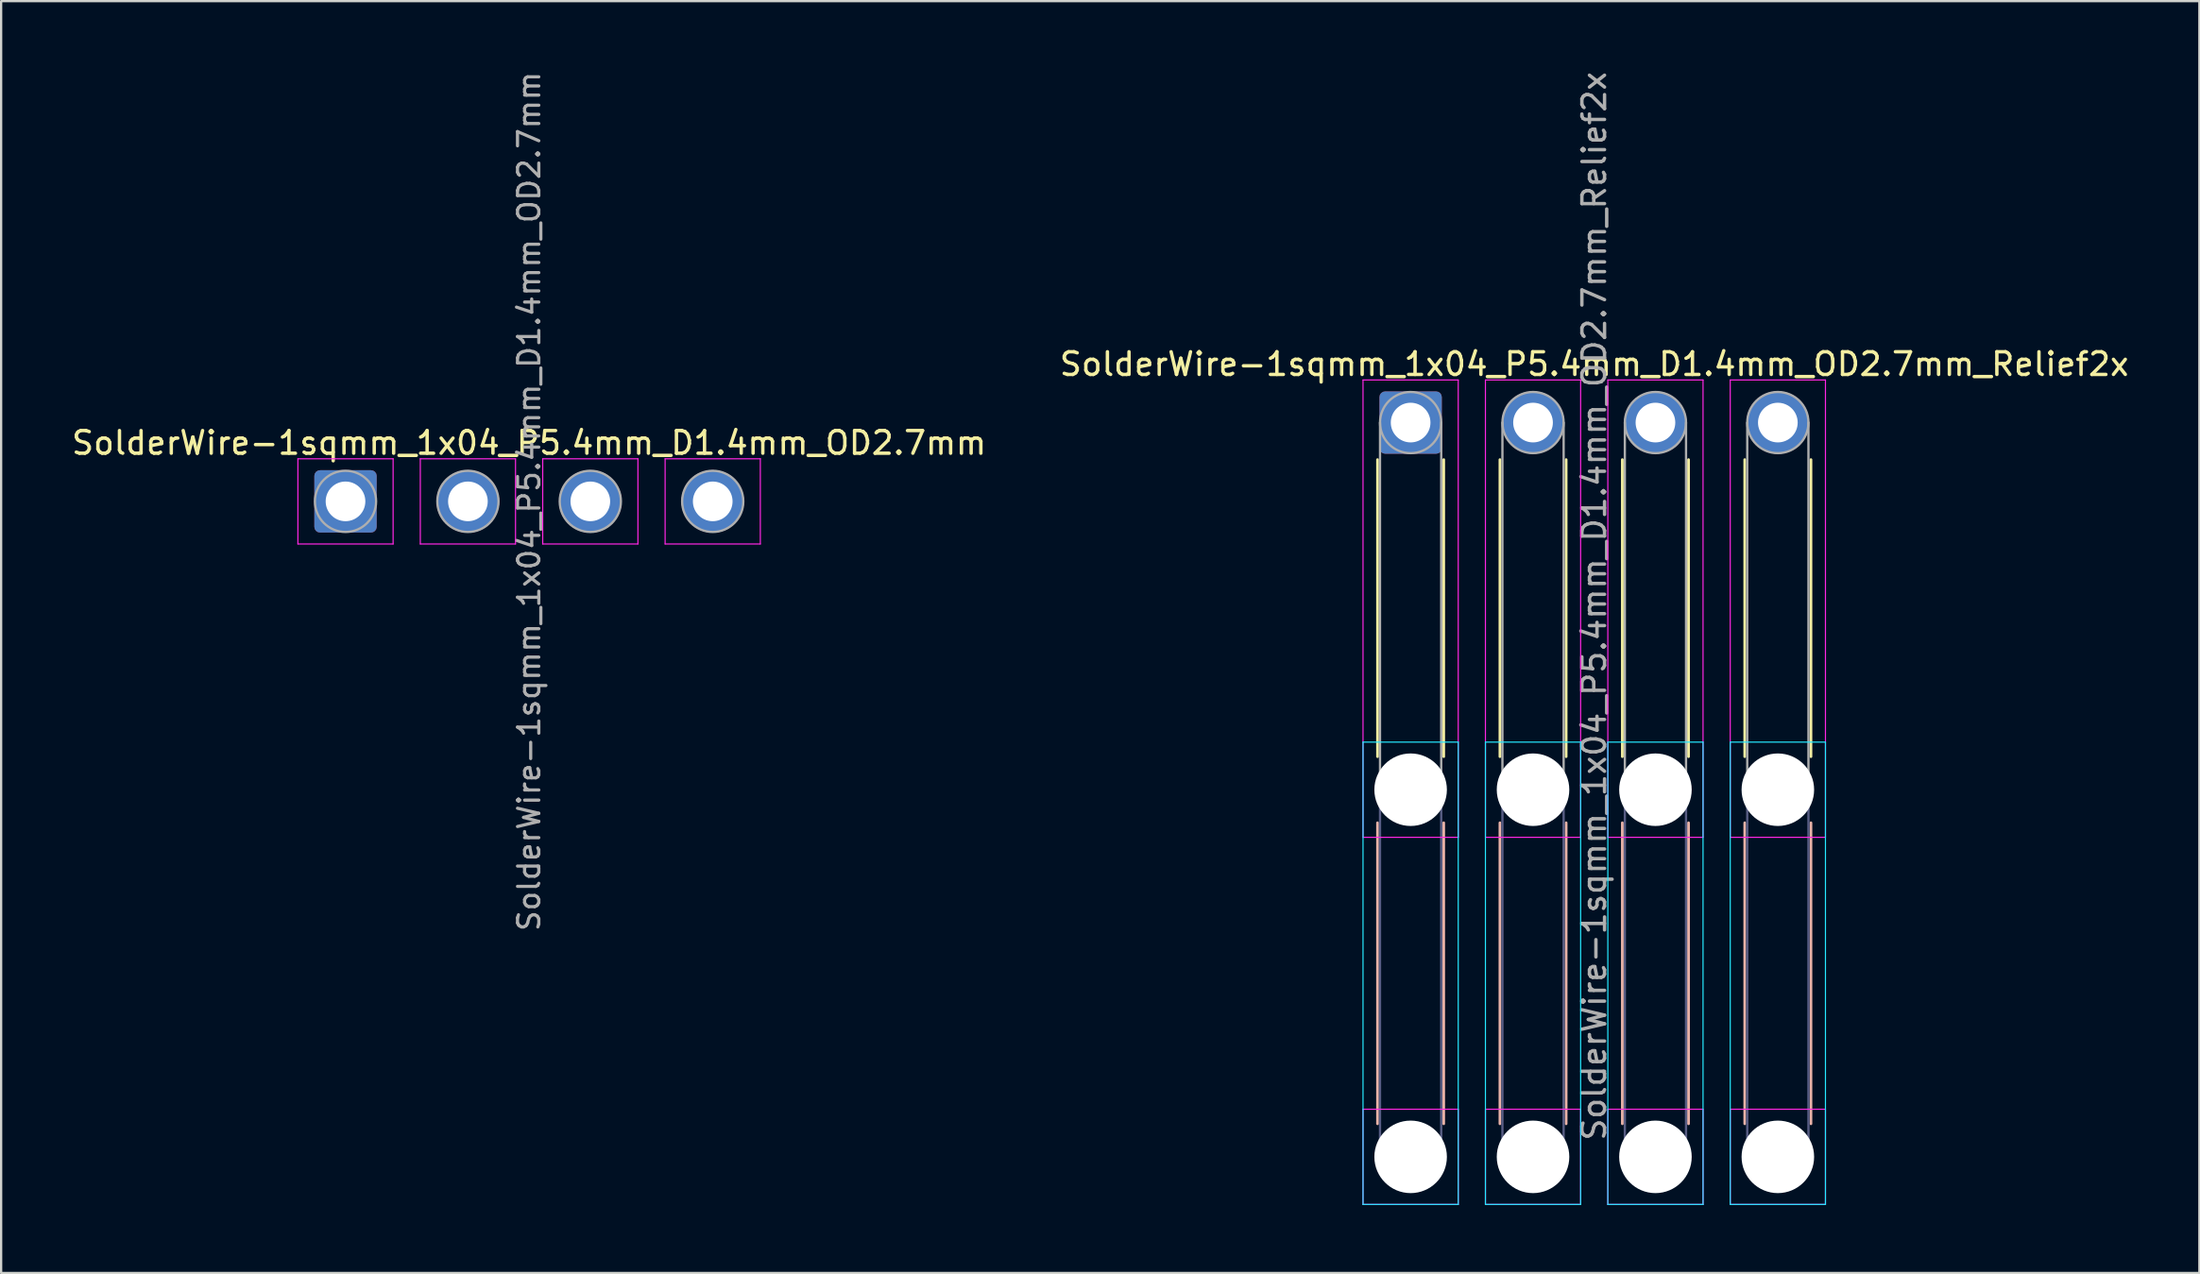
<source format=kicad_pcb>
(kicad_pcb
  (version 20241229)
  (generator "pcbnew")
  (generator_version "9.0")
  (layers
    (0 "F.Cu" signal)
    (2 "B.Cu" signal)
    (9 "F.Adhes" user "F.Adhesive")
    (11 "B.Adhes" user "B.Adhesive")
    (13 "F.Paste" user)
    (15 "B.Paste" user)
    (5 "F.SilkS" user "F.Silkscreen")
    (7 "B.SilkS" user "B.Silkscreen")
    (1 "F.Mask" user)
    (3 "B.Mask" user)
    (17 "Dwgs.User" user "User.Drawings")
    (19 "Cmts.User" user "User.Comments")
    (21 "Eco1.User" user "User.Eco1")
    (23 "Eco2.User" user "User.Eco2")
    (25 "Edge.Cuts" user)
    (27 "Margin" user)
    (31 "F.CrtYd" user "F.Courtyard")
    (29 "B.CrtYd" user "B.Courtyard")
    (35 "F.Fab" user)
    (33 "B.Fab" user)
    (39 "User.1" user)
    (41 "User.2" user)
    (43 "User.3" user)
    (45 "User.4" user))
  (footprint "SolderWire-1sqmm_1x04_P5.4mm_D1.4mm_OD2.7mm_Relief2x"
    (layer "F.Cu")
    (at 59.18 15.596)
    (property "Reference" "SolderWire-1sqmm_1x04_P5.4mm_D1.4mm_OD2.7mm_Relief2x" (at 8.1 -2.58 0) (layer "F.SilkS") (effects (font (size 1 1) (thickness 0.15))))
    (attr exclude_from_pos_files exclude_from_bom)
    (fp_line (start -1.46 1.635) (end -1.46 14.74) (stroke (width 0.12) (type solid)) (layer "F.SilkS"))
    (fp_line (start 1.46 1.635) (end 1.46 14.74) (stroke (width 0.12) (type solid)) (layer "F.SilkS"))
    (fp_line (start 3.94 1.635) (end 3.94 14.74) (stroke (width 0.12) (type solid)) (layer "F.SilkS"))
    (fp_line (start 6.86 1.635) (end 6.86 14.74) (stroke (width 0.12) (type solid)) (layer "F.SilkS"))
    (fp_line (start 9.34 1.635) (end 9.34 14.74) (stroke (width 0.12) (type solid)) (layer "F.SilkS"))
    (fp_line (start 12.26 1.635) (end 12.26 14.74) (stroke (width 0.12) (type solid)) (layer "F.SilkS"))
    (fp_line (start 14.74 1.635) (end 14.74 14.74) (stroke (width 0.12) (type solid)) (layer "F.SilkS"))
    (fp_line (start 17.66 1.635) (end 17.66 14.74) (stroke (width 0.12) (type solid)) (layer "F.SilkS"))
    (fp_line (start -1.46 17.66) (end -1.46 30.94) (stroke (width 0.12) (type solid)) (layer "B.SilkS"))
    (fp_line (start 1.46 17.66) (end 1.46 30.94) (stroke (width 0.12) (type solid)) (layer "B.SilkS"))
    (fp_line (start 3.94 17.66) (end 3.94 30.94) (stroke (width 0.12) (type solid)) (layer "B.SilkS"))
    (fp_line (start 6.86 17.66) (end 6.86 30.94) (stroke (width 0.12) (type solid)) (layer "B.SilkS"))
    (fp_line (start 9.34 17.66) (end 9.34 30.94) (stroke (width 0.12) (type solid)) (layer "B.SilkS"))
    (fp_line (start 12.26 17.66) (end 12.26 30.94) (stroke (width 0.12) (type solid)) (layer "B.SilkS"))
    (fp_line (start 14.74 17.66) (end 14.74 30.94) (stroke (width 0.12) (type solid)) (layer "B.SilkS"))
    (fp_line (start 17.66 17.66) (end 17.66 30.94) (stroke (width 0.12) (type solid)) (layer "B.SilkS"))
    (fp_line (start -2.1 14.1) (end -2.1 34.5) (stroke (width 0.05) (type solid)) (layer "B.CrtYd"))
    (fp_line (start -2.1 34.5) (end 2.1 34.5) (stroke (width 0.05) (type solid)) (layer "B.CrtYd"))
    (fp_line (start 2.1 14.1) (end -2.1 14.1) (stroke (width 0.05) (type solid)) (layer "B.CrtYd"))
    (fp_line (start 2.1 34.5) (end 2.1 14.1) (stroke (width 0.05) (type solid)) (layer "B.CrtYd"))
    (fp_line (start 3.3 14.1) (end 3.3 34.5) (stroke (width 0.05) (type solid)) (layer "B.CrtYd"))
    (fp_line (start 3.3 34.5) (end 7.5 34.5) (stroke (width 0.05) (type solid)) (layer "B.CrtYd"))
    (fp_line (start 7.5 14.1) (end 3.3 14.1) (stroke (width 0.05) (type solid)) (layer "B.CrtYd"))
    (fp_line (start 7.5 34.5) (end 7.5 14.1) (stroke (width 0.05) (type solid)) (layer "B.CrtYd"))
    (fp_line (start 8.7 14.1) (end 8.7 34.5) (stroke (width 0.05) (type solid)) (layer "B.CrtYd"))
    (fp_line (start 8.7 34.5) (end 12.9 34.5) (stroke (width 0.05) (type solid)) (layer "B.CrtYd"))
    (fp_line (start 12.9 14.1) (end 8.7 14.1) (stroke (width 0.05) (type solid)) (layer "B.CrtYd"))
    (fp_line (start 12.9 34.5) (end 12.9 14.1) (stroke (width 0.05) (type solid)) (layer "B.CrtYd"))
    (fp_line (start 14.1 14.1) (end 14.1 34.5) (stroke (width 0.05) (type solid)) (layer "B.CrtYd"))
    (fp_line (start 14.1 34.5) (end 18.3 34.5) (stroke (width 0.05) (type solid)) (layer "B.CrtYd"))
    (fp_line (start 18.3 14.1) (end 14.1 14.1) (stroke (width 0.05) (type solid)) (layer "B.CrtYd"))
    (fp_line (start 18.3 34.5) (end 18.3 14.1) (stroke (width 0.05) (type solid)) (layer "B.CrtYd"))
    (fp_line (start -2.1 -1.88) (end -2.1 18.3) (stroke (width 0.05) (type solid)) (layer "F.CrtYd"))
    (fp_line (start -2.1 18.3) (end 2.1 18.3) (stroke (width 0.05) (type solid)) (layer "F.CrtYd"))
    (fp_line (start -2.1 30.3) (end -2.1 34.5) (stroke (width 0.05) (type solid)) (layer "F.CrtYd"))
    (fp_line (start -2.1 34.5) (end 2.1 34.5) (stroke (width 0.05) (type solid)) (layer "F.CrtYd"))
    (fp_line (start 2.1 -1.88) (end -2.1 -1.88) (stroke (width 0.05) (type solid)) (layer "F.CrtYd"))
    (fp_line (start 2.1 18.3) (end 2.1 -1.88) (stroke (width 0.05) (type solid)) (layer "F.CrtYd"))
    (fp_line (start 2.1 30.3) (end -2.1 30.3) (stroke (width 0.05) (type solid)) (layer "F.CrtYd"))
    (fp_line (start 2.1 34.5) (end 2.1 30.3) (stroke (width 0.05) (type solid)) (layer "F.CrtYd"))
    (fp_line (start 3.3 -1.88) (end 3.3 18.3) (stroke (width 0.05) (type solid)) (layer "F.CrtYd"))
    (fp_line (start 3.3 18.3) (end 7.5 18.3) (stroke (width 0.05) (type solid)) (layer "F.CrtYd"))
    (fp_line (start 3.3 30.3) (end 3.3 34.5) (stroke (width 0.05) (type solid)) (layer "F.CrtYd"))
    (fp_line (start 3.3 34.5) (end 7.5 34.5) (stroke (width 0.05) (type solid)) (layer "F.CrtYd"))
    (fp_line (start 7.5 -1.88) (end 3.3 -1.88) (stroke (width 0.05) (type solid)) (layer "F.CrtYd"))
    (fp_line (start 7.5 18.3) (end 7.5 -1.88) (stroke (width 0.05) (type solid)) (layer "F.CrtYd"))
    (fp_line (start 7.5 30.3) (end 3.3 30.3) (stroke (width 0.05) (type solid)) (layer "F.CrtYd"))
    (fp_line (start 7.5 34.5) (end 7.5 30.3) (stroke (width 0.05) (type solid)) (layer "F.CrtYd"))
    (fp_line (start 8.7 -1.88) (end 8.7 18.3) (stroke (width 0.05) (type solid)) (layer "F.CrtYd"))
    (fp_line (start 8.7 18.3) (end 12.9 18.3) (stroke (width 0.05) (type solid)) (layer "F.CrtYd"))
    (fp_line (start 8.7 30.3) (end 8.7 34.5) (stroke (width 0.05) (type solid)) (layer "F.CrtYd"))
    (fp_line (start 8.7 34.5) (end 12.9 34.5) (stroke (width 0.05) (type solid)) (layer "F.CrtYd"))
    (fp_line (start 12.9 -1.88) (end 8.7 -1.88) (stroke (width 0.05) (type solid)) (layer "F.CrtYd"))
    (fp_line (start 12.9 18.3) (end 12.9 -1.88) (stroke (width 0.05) (type solid)) (layer "F.CrtYd"))
    (fp_line (start 12.9 30.3) (end 8.7 30.3) (stroke (width 0.05) (type solid)) (layer "F.CrtYd"))
    (fp_line (start 12.9 34.5) (end 12.9 30.3) (stroke (width 0.05) (type solid)) (layer "F.CrtYd"))
    (fp_line (start 14.1 -1.88) (end 14.1 18.3) (stroke (width 0.05) (type solid)) (layer "F.CrtYd"))
    (fp_line (start 14.1 18.3) (end 18.3 18.3) (stroke (width 0.05) (type solid)) (layer "F.CrtYd"))
    (fp_line (start 14.1 30.3) (end 14.1 34.5) (stroke (width 0.05) (type solid)) (layer "F.CrtYd"))
    (fp_line (start 14.1 34.5) (end 18.3 34.5) (stroke (width 0.05) (type solid)) (layer "F.CrtYd"))
    (fp_line (start 18.3 -1.88) (end 14.1 -1.88) (stroke (width 0.05) (type solid)) (layer "F.CrtYd"))
    (fp_line (start 18.3 18.3) (end 18.3 -1.88) (stroke (width 0.05) (type solid)) (layer "F.CrtYd"))
    (fp_line (start 18.3 30.3) (end 14.1 30.3) (stroke (width 0.05) (type solid)) (layer "F.CrtYd"))
    (fp_line (start 18.3 34.5) (end 18.3 30.3) (stroke (width 0.05) (type solid)) (layer "F.CrtYd"))
    (fp_line (start -1.35 16.2) (end -1.35 32.4) (stroke (width 0.1) (type solid)) (layer "B.Fab"))
    (fp_line (start 1.35 16.2) (end 1.35 32.4) (stroke (width 0.1) (type solid)) (layer "B.Fab"))
    (fp_line (start 4.05 16.2) (end 4.05 32.4) (stroke (width 0.1) (type solid)) (layer "B.Fab"))
    (fp_line (start 6.75 16.2) (end 6.75 32.4) (stroke (width 0.1) (type solid)) (layer "B.Fab"))
    (fp_line (start 9.45 16.2) (end 9.45 32.4) (stroke (width 0.1) (type solid)) (layer "B.Fab"))
    (fp_line (start 12.15 16.2) (end 12.15 32.4) (stroke (width 0.1) (type solid)) (layer "B.Fab"))
    (fp_line (start 14.85 16.2) (end 14.85 32.4) (stroke (width 0.1) (type solid)) (layer "B.Fab"))
    (fp_line (start 17.55 16.2) (end 17.55 32.4) (stroke (width 0.1) (type solid)) (layer "B.Fab"))
    (fp_circle (center 0 16.2) (end 1.35 16.2) (stroke (width 0.1) (type solid)) (fill no) (layer "B.Fab"))
    (fp_circle (center 0 32.4) (end 1.35 32.4) (stroke (width 0.1) (type solid)) (fill no) (layer "B.Fab"))
    (fp_circle (center 5.4 16.2) (end 6.75 16.2) (stroke (width 0.1) (type solid)) (fill no) (layer "B.Fab"))
    (fp_circle (center 5.4 32.4) (end 6.75 32.4) (stroke (width 0.1) (type solid)) (fill no) (layer "B.Fab"))
    (fp_circle (center 10.8 16.2) (end 12.15 16.2) (stroke (width 0.1) (type solid)) (fill no) (layer "B.Fab"))
    (fp_circle (center 10.8 32.4) (end 12.15 32.4) (stroke (width 0.1) (type solid)) (fill no) (layer "B.Fab"))
    (fp_circle (center 16.2 16.2) (end 17.55 16.2) (stroke (width 0.1) (type solid)) (fill no) (layer "B.Fab"))
    (fp_circle (center 16.2 32.4) (end 17.55 32.4) (stroke (width 0.1) (type solid)) (fill no) (layer "B.Fab"))
    (fp_line (start -1.35 0) (end -1.35 16.2) (stroke (width 0.1) (type solid)) (layer "F.Fab"))
    (fp_line (start 1.35 0) (end 1.35 16.2) (stroke (width 0.1) (type solid)) (layer "F.Fab"))
    (fp_line (start 4.05 0) (end 4.05 16.2) (stroke (width 0.1) (type solid)) (layer "F.Fab"))
    (fp_line (start 6.75 0) (end 6.75 16.2) (stroke (width 0.1) (type solid)) (layer "F.Fab"))
    (fp_line (start 9.45 0) (end 9.45 16.2) (stroke (width 0.1) (type solid)) (layer "F.Fab"))
    (fp_line (start 12.15 0) (end 12.15 16.2) (stroke (width 0.1) (type solid)) (layer "F.Fab"))
    (fp_line (start 14.85 0) (end 14.85 16.2) (stroke (width 0.1) (type solid)) (layer "F.Fab"))
    (fp_line (start 17.55 0) (end 17.55 16.2) (stroke (width 0.1) (type solid)) (layer "F.Fab"))
    (fp_circle (center 0 0) (end 1.35 0) (stroke (width 0.1) (type solid)) (fill no) (layer "F.Fab"))
    (fp_circle (center 0 16.2) (end 1.35 16.2) (stroke (width 0.1) (type solid)) (fill no) (layer "F.Fab"))
    (fp_circle (center 0 32.4) (end 1.35 32.4) (stroke (width 0.1) (type solid)) (fill no) (layer "F.Fab"))
    (fp_circle (center 5.4 0) (end 6.75 0) (stroke (width 0.1) (type solid)) (fill no) (layer "F.Fab"))
    (fp_circle (center 5.4 16.2) (end 6.75 16.2) (stroke (width 0.1) (type solid)) (fill no) (layer "F.Fab"))
    (fp_circle (center 5.4 32.4) (end 6.75 32.4) (stroke (width 0.1) (type solid)) (fill no) (layer "F.Fab"))
    (fp_circle (center 10.8 0) (end 12.15 0) (stroke (width 0.1) (type solid)) (fill no) (layer "F.Fab"))
    (fp_circle (center 10.8 16.2) (end 12.15 16.2) (stroke (width 0.1) (type solid)) (fill no) (layer "F.Fab"))
    (fp_circle (center 10.8 32.4) (end 12.15 32.4) (stroke (width 0.1) (type solid)) (fill no) (layer "F.Fab"))
    (fp_circle (center 16.2 0) (end 17.55 0) (stroke (width 0.1) (type solid)) (fill no) (layer "F.Fab"))
    (fp_circle (center 16.2 16.2) (end 17.55 16.2) (stroke (width 0.1) (type solid)) (fill no) (layer "F.Fab"))
    (fp_circle (center 16.2 32.4) (end 17.55 32.4) (stroke (width 0.1) (type solid)) (fill no) (layer "F.Fab"))
    (fp_text user "${REFERENCE}" (at 8.1 8.1 90) (layer "F.Fab") (effects (font (size 1 1) (thickness 0.15))))
    (pad "" np_thru_hole circle (at 0 16.2) (size 3.2 3.2) (drill 3.2) (layers "*.Cu" "*.Mask"))
    (pad "" np_thru_hole circle (at 0 32.4) (size 3.2 3.2) (drill 3.2) (layers "*.Cu" "*.Mask"))
    (pad "" np_thru_hole circle (at 5.4 16.2) (size 3.2 3.2) (drill 3.2) (layers "*.Cu" "*.Mask"))
    (pad "" np_thru_hole circle (at 5.4 32.4) (size 3.2 3.2) (drill 3.2) (layers "*.Cu" "*.Mask"))
    (pad "" np_thru_hole circle (at 10.8 16.2) (size 3.2 3.2) (drill 3.2) (layers "*.Cu" "*.Mask"))
    (pad "" np_thru_hole circle (at 10.8 32.4) (size 3.2 3.2) (drill 3.2) (layers "*.Cu" "*.Mask"))
    (pad "" np_thru_hole circle (at 16.2 16.2) (size 3.2 3.2) (drill 3.2) (layers "*.Cu" "*.Mask"))
    (pad "" np_thru_hole circle (at 16.2 32.4) (size 3.2 3.2) (drill 3.2) (layers "*.Cu" "*.Mask"))
    (pad "1" thru_hole roundrect (at 0 0) (size 2.75 2.75) (drill 1.75) (layers "*.Cu" "*.Mask") (roundrect_rratio 0.091))
    (pad "2" thru_hole circle (at 5.4 0) (size 2.75 2.75) (drill 1.75) (layers "*.Cu" "*.Mask"))
    (pad "3" thru_hole circle (at 10.8 0) (size 2.75 2.75) (drill 1.75) (layers "*.Cu" "*.Mask"))
    (pad "4" thru_hole circle (at 16.2 0) (size 2.75 2.75) (drill 1.75) (layers "*.Cu" "*.Mask")))
  (footprint "SolderWire-1sqmm_1x04_P5.4mm_D1.4mm_OD2.7mm"
    (layer "F.Cu")
    (at 12.192 19.073)
    (property "Reference" "SolderWire-1sqmm_1x04_P5.4mm_D1.4mm_OD2.7mm" (at 8.1 -2.58 0) (layer "F.SilkS") (effects (font (size 1 1) (thickness 0.15))))
    (attr exclude_from_pos_files exclude_from_bom)
    (fp_line (start -2.1 -1.88) (end -2.1 1.88) (stroke (width 0.05) (type solid)) (layer "F.CrtYd"))
    (fp_line (start -2.1 1.88) (end 2.1 1.88) (stroke (width 0.05) (type solid)) (layer "F.CrtYd"))
    (fp_line (start 2.1 -1.88) (end -2.1 -1.88) (stroke (width 0.05) (type solid)) (layer "F.CrtYd"))
    (fp_line (start 2.1 1.88) (end 2.1 -1.88) (stroke (width 0.05) (type solid)) (layer "F.CrtYd"))
    (fp_line (start 3.3 -1.88) (end 3.3 1.88) (stroke (width 0.05) (type solid)) (layer "F.CrtYd"))
    (fp_line (start 3.3 1.88) (end 7.5 1.88) (stroke (width 0.05) (type solid)) (layer "F.CrtYd"))
    (fp_line (start 7.5 -1.88) (end 3.3 -1.88) (stroke (width 0.05) (type solid)) (layer "F.CrtYd"))
    (fp_line (start 7.5 1.88) (end 7.5 -1.88) (stroke (width 0.05) (type solid)) (layer "F.CrtYd"))
    (fp_line (start 8.7 -1.88) (end 8.7 1.88) (stroke (width 0.05) (type solid)) (layer "F.CrtYd"))
    (fp_line (start 8.7 1.88) (end 12.9 1.88) (stroke (width 0.05) (type solid)) (layer "F.CrtYd"))
    (fp_line (start 12.9 -1.88) (end 8.7 -1.88) (stroke (width 0.05) (type solid)) (layer "F.CrtYd"))
    (fp_line (start 12.9 1.88) (end 12.9 -1.88) (stroke (width 0.05) (type solid)) (layer "F.CrtYd"))
    (fp_line (start 14.1 -1.88) (end 14.1 1.88) (stroke (width 0.05) (type solid)) (layer "F.CrtYd"))
    (fp_line (start 14.1 1.88) (end 18.3 1.88) (stroke (width 0.05) (type solid)) (layer "F.CrtYd"))
    (fp_line (start 18.3 -1.88) (end 14.1 -1.88) (stroke (width 0.05) (type solid)) (layer "F.CrtYd"))
    (fp_line (start 18.3 1.88) (end 18.3 -1.88) (stroke (width 0.05) (type solid)) (layer "F.CrtYd"))
    (fp_circle (center 0 0) (end 1.35 0) (stroke (width 0.1) (type solid)) (fill no) (layer "F.Fab"))
    (fp_circle (center 5.4 0) (end 6.75 0) (stroke (width 0.1) (type solid)) (fill no) (layer "F.Fab"))
    (fp_circle (center 10.8 0) (end 12.15 0) (stroke (width 0.1) (type solid)) (fill no) (layer "F.Fab"))
    (fp_circle (center 16.2 0) (end 17.55 0) (stroke (width 0.1) (type solid)) (fill no) (layer "F.Fab"))
    (fp_text user "${REFERENCE}" (at 8.1 0 90) (layer "F.Fab") (effects (font (size 0.94 0.94) (thickness 0.14))))
    (pad "1" thru_hole roundrect (at 0 0) (size 2.75 2.75) (drill 1.75) (layers "*.Cu" "*.Mask") (roundrect_rratio 0.091))
    (pad "2" thru_hole circle (at 5.4 0) (size 2.75 2.75) (drill 1.75) (layers "*.Cu" "*.Mask"))
    (pad "3" thru_hole circle (at 10.8 0) (size 2.75 2.75) (drill 1.75) (layers "*.Cu" "*.Mask"))
    (pad "4" thru_hole circle (at 16.2 0) (size 2.75 2.75) (drill 1.75) (layers "*.Cu" "*.Mask")))
  (gr_rect
    (start -3 -3)
    (end 93.976 53.121)
    (stroke (width 0.1) (type default))
    (fill no)
    (layer "Edge.Cuts")))
</source>
